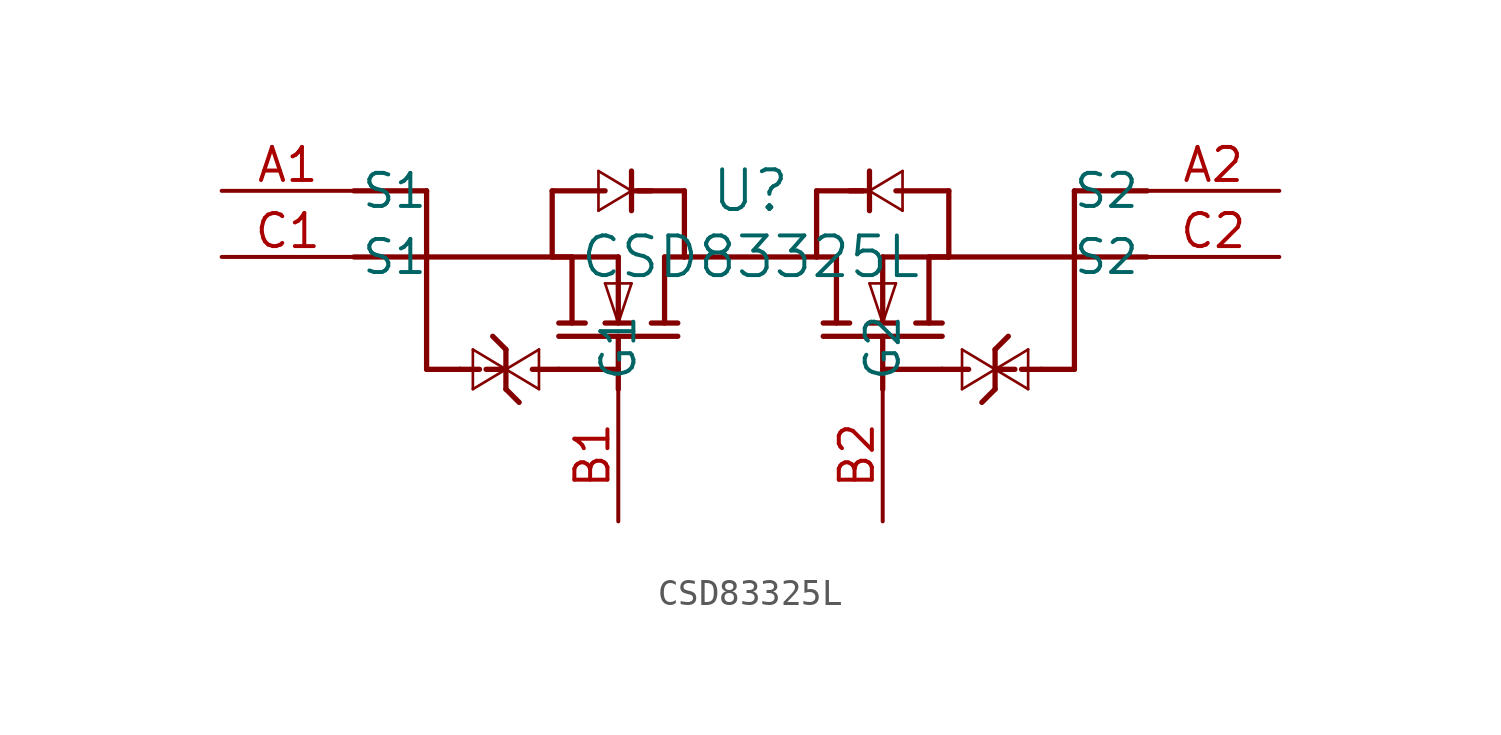
<source format=kicad_sym>
(kicad_symbol_lib
  (version 20211014)
  (generator kicad_symbol_editor)
  (symbol "CSD83325L"
    (pin_names
      (offset 0.254))
    (property "Reference" "U"
      (at 0 2.54 0)
      (effects (font (size 1.524 1.524))))
    (property "Value" "CSD83325L"
      (at 0 0 0)
      (effects (font (size 1.524 1.524))))
    (symbol "CSD83325L_0_1"
      (polyline (pts (xy -7.62 2.54) (xy -5.588 2.54)) (stroke (width 0.203) (type default) (color 0 0 0 0)) (fill (type none)))
      (polyline (pts (xy -3.302 0) (xy -3.302 -2.54)) (stroke (width 0.203) (type default) (color 0 0 0 0)) (fill (type none)))
      (polyline (pts (xy -5.08 0) (xy -5.08 -2.54)) (stroke (width 0.203) (type default) (color 0 0 0 0)) (fill (type none)))
      (polyline (pts (xy -6.858 0) (xy -6.858 -2.54)) (stroke (width 0.203) (type default) (color 0 0 0 0)) (fill (type none)))
      (polyline (pts (xy -7.62 0) (xy -5.08 0)) (stroke (width 0.203) (type default) (color 0 0 0 0)) (fill (type none)))
      (polyline (pts (xy -2.794 -3.048) (xy -7.366 -3.048)) (stroke (width 0.203) (type default) (color 0 0 0 0)) (fill (type none)))
      (polyline (pts (xy -2.794 -2.54) (xy -3.81 -2.54)) (stroke (width 0.203) (type default) (color 0 0 0 0)) (fill (type none)))
      (polyline (pts (xy -5.588 -2.54) (xy -4.572 -2.54)) (stroke (width 0.203) (type default) (color 0 0 0 0)) (fill (type none)))
      (polyline (pts (xy -7.366 -2.54) (xy -6.35 -2.54)) (stroke (width 0.203) (type default) (color 0 0 0 0)) (fill (type none)))
      (polyline (pts (xy -5.08 -2.54) (xy -5.588 -1.016)) (stroke (width 0.102) (type default) (color 0 0 0 0)) (fill (type none)))
      (polyline (pts (xy -5.588 -1.016) (xy -4.572 -1.016)) (stroke (width 0.102) (type default) (color 0 0 0 0)) (fill (type none)))
      (polyline (pts (xy -4.572 -1.016) (xy -5.08 -2.54)) (stroke (width 0.102) (type default) (color 0 0 0 0)) (fill (type none)))
      (polyline (pts (xy -3.302 0) (xy -2.54 0)) (stroke (width 0.203) (type default) (color 0 0 0 0)) (fill (type none)))
      (polyline (pts (xy -7.62 0) (xy -7.62 2.54)) (stroke (width 0.203) (type default) (color 0 0 0 0)) (fill (type none)))
      (polyline (pts (xy -6.858 0) (xy -7.62 0)) (stroke (width 0.203) (type default) (color 0 0 0 0)) (fill (type none)))
      (polyline (pts (xy -2.54 2.54) (xy -4.318 2.54)) (stroke (width 0.203) (type default) (color 0 0 0 0)) (fill (type none)))
      (polyline (pts (xy -2.54 0) (xy -2.54 2.54)) (stroke (width 0.203) (type default) (color 0 0 0 0)) (fill (type none)))
      (polyline (pts (xy -15.24 0) (xy -7.62 0)) (stroke (width 0.203) (type default) (color 0 0 0 0)) (fill (type none)))
      (polyline (pts (xy -4.572 3.302) (xy -4.572 1.778)) (stroke (width 0.203) (type default) (color 0 0 0 0)) (fill (type none)))
      (polyline (pts (xy -4.572 2.54) (xy -5.842 1.778)) (stroke (width 0.102) (type default) (color 0 0 0 0)) (fill (type none)))
      (polyline (pts (xy -5.842 1.778) (xy -5.842 3.302)) (stroke (width 0.102) (type default) (color 0 0 0 0)) (fill (type none)))
      (polyline (pts (xy -5.842 3.302) (xy -4.572 2.54)) (stroke (width 0.102) (type default) (color 0 0 0 0)) (fill (type none)))
      (polyline (pts (xy -3.81 2.54) (xy -4.572 2.54)) (stroke (width 0.203) (type default) (color 0 0 0 0)) (fill (type none)))
      (polyline (pts (xy -5.08 -5.08) (xy -5.08 -3.048)) (stroke (width 0.203) (type default) (color 0 0 0 0)) (fill (type none)))
      (polyline (pts (xy -7.366 -4.318) (xy -5.08 -4.318)) (stroke (width 0.203) (type default) (color 0 0 0 0)) (fill (type none)))
      (polyline (pts (xy -12.446 -4.318) (xy -12.446 2.54)) (stroke (width 0.203) (type default) (color 0 0 0 0)) (fill (type none)))
      (polyline (pts (xy -12.446 -4.318) (xy -11.176 -4.318)) (stroke (width 0.203) (type default) (color 0 0 0 0)) (fill (type none)))
      (polyline (pts (xy -9.398 -3.556) (xy -9.398 -5.08)) (stroke (width 0.203) (type default) (color 0 0 0 0)) (fill (type none)))
      (polyline (pts (xy -9.398 -4.318) (xy -8.128 -5.08)) (stroke (width 0.102) (type default) (color 0 0 0 0)) (fill (type none)))
      (polyline (pts (xy -8.128 -5.08) (xy -8.128 -3.556)) (stroke (width 0.102) (type default) (color 0 0 0 0)) (fill (type none)))
      (polyline (pts (xy -8.128 -3.556) (xy -9.398 -4.318)) (stroke (width 0.102) (type default) (color 0 0 0 0)) (fill (type none)))
      (polyline (pts (xy -9.398 -3.556) (xy -9.906 -3.048)) (stroke (width 0.203) (type default) (color 0 0 0 0)) (fill (type none)))
      (polyline (pts (xy -9.398 -5.08) (xy -8.89 -5.588)) (stroke (width 0.203) (type default) (color 0 0 0 0)) (fill (type none)))
      (polyline (pts (xy -10.16 -4.318) (xy -9.398 -4.318)) (stroke (width 0.203) (type default) (color 0 0 0 0)) (fill (type none)))
      (polyline (pts (xy -9.398 -4.318) (xy -10.668 -5.08)) (stroke (width 0.102) (type default) (color 0 0 0 0)) (fill (type none)))
      (polyline (pts (xy -10.668 -5.08) (xy -10.668 -3.556)) (stroke (width 0.102) (type default) (color 0 0 0 0)) (fill (type none)))
      (polyline (pts (xy -10.668 -3.556) (xy -9.398 -4.318)) (stroke (width 0.102) (type default) (color 0 0 0 0)) (fill (type none)))
      (polyline (pts (xy -7.366 -4.318) (xy -8.382 -4.318)) (stroke (width 0.203) (type default) (color 0 0 0 0)) (fill (type none)))
      (polyline (pts (xy -11.176 -4.318) (xy -10.414 -4.318)) (stroke (width 0.203) (type default) (color 0 0 0 0)) (fill (type none)))
      (polyline (pts (xy 7.62 2.54) (xy 5.588 2.54)) (stroke (width 0.203) (type default) (color 0 0 0 0)) (fill (type none)))
      (polyline (pts (xy 3.302 0) (xy 3.302 -2.54)) (stroke (width 0.203) (type default) (color 0 0 0 0)) (fill (type none)))
      (polyline (pts (xy 5.08 0) (xy 5.08 -2.54)) (stroke (width 0.203) (type default) (color 0 0 0 0)) (fill (type none)))
      (polyline (pts (xy 6.858 0) (xy 6.858 -2.54)) (stroke (width 0.203) (type default) (color 0 0 0 0)) (fill (type none)))
      (polyline (pts (xy 7.62 0) (xy 5.08 0)) (stroke (width 0.203) (type default) (color 0 0 0 0)) (fill (type none)))
      (polyline (pts (xy 2.794 -3.048) (xy 7.366 -3.048)) (stroke (width 0.203) (type default) (color 0 0 0 0)) (fill (type none)))
      (polyline (pts (xy 2.794 -2.54) (xy 3.81 -2.54)) (stroke (width 0.203) (type default) (color 0 0 0 0)) (fill (type none)))
      (polyline (pts (xy 5.588 -2.54) (xy 4.572 -2.54)) (stroke (width 0.203) (type default) (color 0 0 0 0)) (fill (type none)))
      (polyline (pts (xy 7.366 -2.54) (xy 6.35 -2.54)) (stroke (width 0.203) (type default) (color 0 0 0 0)) (fill (type none)))
      (polyline (pts (xy 5.08 -2.54) (xy 5.588 -1.016)) (stroke (width 0.102) (type default) (color 0 0 0 0)) (fill (type none)))
      (polyline (pts (xy 5.588 -1.016) (xy 4.572 -1.016)) (stroke (width 0.102) (type default) (color 0 0 0 0)) (fill (type none)))
      (polyline (pts (xy 4.572 -1.016) (xy 5.08 -2.54)) (stroke (width 0.102) (type default) (color 0 0 0 0)) (fill (type none)))
      (polyline (pts (xy 3.302 0) (xy 2.54 0)) (stroke (width 0.203) (type default) (color 0 0 0 0)) (fill (type none)))
      (polyline (pts (xy 7.62 0) (xy 7.62 2.54)) (stroke (width 0.203) (type default) (color 0 0 0 0)) (fill (type none)))
      (polyline (pts (xy 6.858 0) (xy 7.62 0)) (stroke (width 0.203) (type default) (color 0 0 0 0)) (fill (type none)))
      (polyline (pts (xy 2.54 2.54) (xy 4.318 2.54)) (stroke (width 0.203) (type default) (color 0 0 0 0)) (fill (type none)))
      (polyline (pts (xy 2.54 0) (xy 2.54 2.54)) (stroke (width 0.203) (type default) (color 0 0 0 0)) (fill (type none)))
      (polyline (pts (xy 15.24 0) (xy 7.62 0)) (stroke (width 0.203) (type default) (color 0 0 0 0)) (fill (type none)))
      (polyline (pts (xy 4.572 3.302) (xy 4.572 1.778)) (stroke (width 0.203) (type default) (color 0 0 0 0)) (fill (type none)))
      (polyline (pts (xy 4.572 2.54) (xy 5.842 1.778)) (stroke (width 0.102) (type default) (color 0 0 0 0)) (fill (type none)))
      (polyline (pts (xy 5.842 1.778) (xy 5.842 3.302)) (stroke (width 0.102) (type default) (color 0 0 0 0)) (fill (type none)))
      (polyline (pts (xy 5.842 3.302) (xy 4.572 2.54)) (stroke (width 0.102) (type default) (color 0 0 0 0)) (fill (type none)))
      (polyline (pts (xy 3.81 2.54) (xy 4.572 2.54)) (stroke (width 0.203) (type default) (color 0 0 0 0)) (fill (type none)))
      (polyline (pts (xy 5.08 -5.08) (xy 5.08 -3.048)) (stroke (width 0.203) (type default) (color 0 0 0 0)) (fill (type none)))
      (polyline (pts (xy 7.366 -4.318) (xy 5.08 -4.318)) (stroke (width 0.203) (type default) (color 0 0 0 0)) (fill (type none)))
      (polyline (pts (xy 12.446 -4.318) (xy 12.446 2.54)) (stroke (width 0.203) (type default) (color 0 0 0 0)) (fill (type none)))
      (polyline (pts (xy 12.446 -4.318) (xy 11.176 -4.318)) (stroke (width 0.203) (type default) (color 0 0 0 0)) (fill (type none)))
      (polyline (pts (xy 9.398 -3.556) (xy 9.398 -5.08)) (stroke (width 0.203) (type default) (color 0 0 0 0)) (fill (type none)))
      (polyline (pts (xy 9.398 -4.318) (xy 8.128 -5.08)) (stroke (width 0.102) (type default) (color 0 0 0 0)) (fill (type none)))
      (polyline (pts (xy 8.128 -5.08) (xy 8.128 -3.556)) (stroke (width 0.102) (type default) (color 0 0 0 0)) (fill (type none)))
      (polyline (pts (xy 8.128 -3.556) (xy 9.398 -4.318)) (stroke (width 0.102) (type default) (color 0 0 0 0)) (fill (type none)))
      (polyline (pts (xy 9.398 -3.556) (xy 9.906 -3.048)) (stroke (width 0.203) (type default) (color 0 0 0 0)) (fill (type none)))
      (polyline (pts (xy 9.398 -5.08) (xy 8.89 -5.588)) (stroke (width 0.203) (type default) (color 0 0 0 0)) (fill (type none)))
      (polyline (pts (xy 10.16 -4.318) (xy 9.398 -4.318)) (stroke (width 0.203) (type default) (color 0 0 0 0)) (fill (type none)))
      (polyline (pts (xy 9.398 -4.318) (xy 10.668 -5.08)) (stroke (width 0.102) (type default) (color 0 0 0 0)) (fill (type none)))
      (polyline (pts (xy 10.668 -5.08) (xy 10.668 -3.556)) (stroke (width 0.102) (type default) (color 0 0 0 0)) (fill (type none)))
      (polyline (pts (xy 10.668 -3.556) (xy 9.398 -4.318)) (stroke (width 0.102) (type default) (color 0 0 0 0)) (fill (type none)))
      (polyline (pts (xy 7.366 -4.318) (xy 8.382 -4.318)) (stroke (width 0.203) (type default) (color 0 0 0 0)) (fill (type none)))
      (polyline (pts (xy 11.176 -4.318) (xy 10.414 -4.318)) (stroke (width 0.203) (type default) (color 0 0 0 0)) (fill (type none)))
      (polyline (pts (xy -2.54 0) (xy 2.54 0)) (stroke (width 0.203) (type default) (color 0 0 0 0)) (fill (type none)))
      (polyline (pts (xy -15.24 2.54) (xy -12.446 2.54)) (stroke (width 0.203) (type default) (color 0 0 0 0)) (fill (type none)))
      (polyline (pts (xy 15.24 2.54) (xy 12.446 2.54)) (stroke (width 0.203) (type default) (color 0 0 0 0)) (fill (type none)))
      (pin unspecified line (at 20.32 2.54 180) (length 5.08) (name "S2" (effects (font (size 1.27 1.27)))) (number "A2" (effects (font (size 1.27 1.27)))))
      (pin unspecified line (at -5.08 -10.16 90) (length 5.08) (name "G1" (effects (font (size 1.27 1.27)))) (number "B1" (effects (font (size 1.27 1.27)))))
      (pin unspecified line (at -20.32 2.54 0) (length 5.08) (name "S1" (effects (font (size 1.27 1.27)))) (number "A1" (effects (font (size 1.27 1.27)))))
      (pin unspecified line (at 5.08 -10.16 90) (length 5.08) (name "G2" (effects (font (size 1.27 1.27)))) (number "B2" (effects (font (size 1.27 1.27)))))
      (pin unspecified line (at -20.32 0 0) (length 5.08) (name "S1" (effects (font (size 1.27 1.27)))) (number "C1" (effects (font (size 1.27 1.27)))))
      (pin unspecified line (at 20.32 0 180) (length 5.08) (name "S2" (effects (font (size 1.27 1.27)))) (number "C2" (effects (font (size 1.27 1.27))))))))
</source>
